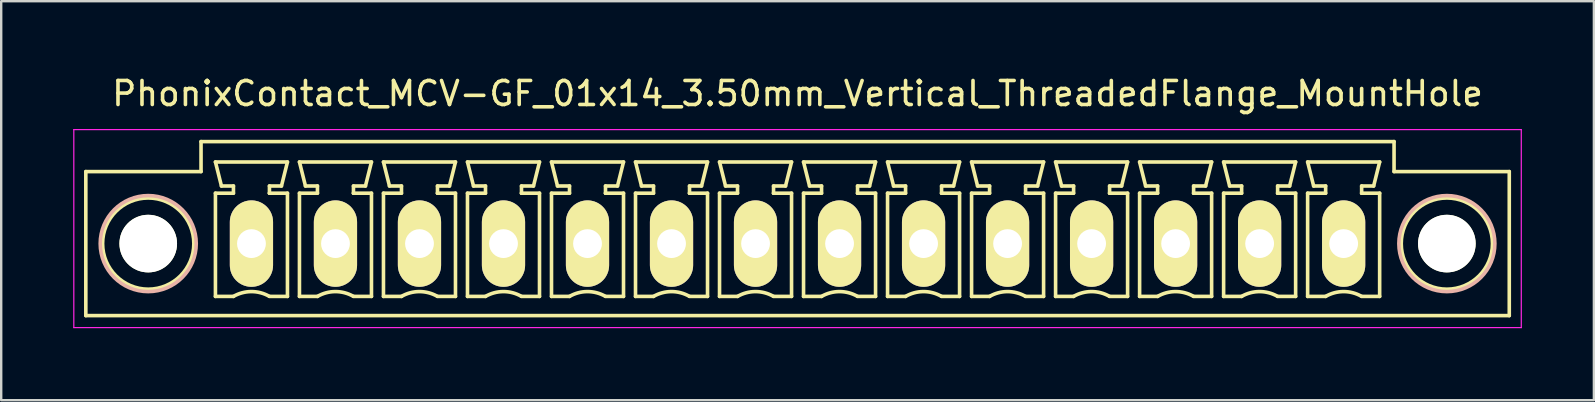
<source format=kicad_pcb>
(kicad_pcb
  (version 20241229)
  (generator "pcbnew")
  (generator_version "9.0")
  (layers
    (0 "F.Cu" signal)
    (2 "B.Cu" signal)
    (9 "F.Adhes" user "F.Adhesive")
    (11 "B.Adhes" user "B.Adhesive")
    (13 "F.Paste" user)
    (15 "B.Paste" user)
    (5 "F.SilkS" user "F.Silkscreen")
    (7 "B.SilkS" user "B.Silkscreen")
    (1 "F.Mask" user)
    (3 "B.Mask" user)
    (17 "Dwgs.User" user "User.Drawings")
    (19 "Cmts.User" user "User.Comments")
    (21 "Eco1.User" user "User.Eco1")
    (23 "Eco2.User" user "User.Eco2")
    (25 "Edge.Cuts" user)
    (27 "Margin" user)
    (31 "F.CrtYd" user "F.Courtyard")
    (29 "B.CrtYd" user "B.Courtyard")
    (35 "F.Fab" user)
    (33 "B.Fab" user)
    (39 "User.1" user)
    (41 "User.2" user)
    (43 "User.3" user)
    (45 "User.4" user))
  (footprint "PhonixContact_MCV-GF_01x14_3.50mm_Vertical_ThreadedFlange_MountHole"
    (layer "F.Cu")
    (at 7.425 7.098)
    (property "Reference" "PhonixContact_MCV-GF_01x14_3.50mm_Vertical_ThreadedFlange_MountHole" (at 22.75 -6.25 0) (layer "F.SilkS") (effects (font (size 1 1) (thickness 0.15))))
    (attr through_hole)
    (fp_line (start -6.9 -3) (end -6.9 3) (stroke (width 0.15) (type solid)) (layer "F.SilkS"))
    (fp_line (start -6.9 3) (end 52.4 3) (stroke (width 0.15) (type solid)) (layer "F.SilkS"))
    (fp_line (start -2.1 -4.25) (end -2.1 -3) (stroke (width 0.15) (type solid)) (layer "F.SilkS"))
    (fp_line (start -2.1 -3) (end -6.9 -3) (stroke (width 0.15) (type solid)) (layer "F.SilkS"))
    (fp_line (start -1.5 -3.4) (end 1.5 -3.4) (stroke (width 0.15) (type solid)) (layer "F.SilkS"))
    (fp_line (start -1.5 -2.1) (end -0.75 -2.1) (stroke (width 0.15) (type solid)) (layer "F.SilkS"))
    (fp_line (start -1.5 2.2) (end -1.5 -2.1) (stroke (width 0.15) (type solid)) (layer "F.SilkS"))
    (fp_line (start -1.25 -2.4) (end -1.5 -3.4) (stroke (width 0.15) (type solid)) (layer "F.SilkS"))
    (fp_line (start -0.75 -2.4) (end -1.25 -2.4) (stroke (width 0.15) (type solid)) (layer "F.SilkS"))
    (fp_line (start -0.75 -2.1) (end -0.75 -2.4) (stroke (width 0.15) (type solid)) (layer "F.SilkS"))
    (fp_line (start -0.75 2.2) (end -1.5 2.2) (stroke (width 0.15) (type solid)) (layer "F.SilkS"))
    (fp_line (start 0.75 -2.4) (end 0.75 -2.1) (stroke (width 0.15) (type solid)) (layer "F.SilkS"))
    (fp_line (start 0.75 -2.1) (end 0.75 -2.1) (stroke (width 0.15) (type solid)) (layer "F.SilkS"))
    (fp_line (start 0.75 -2.1) (end 1.5 -2.1) (stroke (width 0.15) (type solid)) (layer "F.SilkS"))
    (fp_line (start 1.25 -2.4) (end 0.75 -2.4) (stroke (width 0.15) (type solid)) (layer "F.SilkS"))
    (fp_line (start 1.5 -3.4) (end 1.25 -2.4) (stroke (width 0.15) (type solid)) (layer "F.SilkS"))
    (fp_line (start 1.5 -2.1) (end 1.5 2.2) (stroke (width 0.15) (type solid)) (layer "F.SilkS"))
    (fp_line (start 1.5 2.2) (end 0.75 2.2) (stroke (width 0.15) (type solid)) (layer "F.SilkS"))
    (fp_line (start 2 -3.4) (end 5 -3.4) (stroke (width 0.15) (type solid)) (layer "F.SilkS"))
    (fp_line (start 2 -2.1) (end 2.75 -2.1) (stroke (width 0.15) (type solid)) (layer "F.SilkS"))
    (fp_line (start 2 2.2) (end 2 -2.1) (stroke (width 0.15) (type solid)) (layer "F.SilkS"))
    (fp_line (start 2.25 -2.4) (end 2 -3.4) (stroke (width 0.15) (type solid)) (layer "F.SilkS"))
    (fp_line (start 2.75 -2.4) (end 2.25 -2.4) (stroke (width 0.15) (type solid)) (layer "F.SilkS"))
    (fp_line (start 2.75 -2.1) (end 2.75 -2.4) (stroke (width 0.15) (type solid)) (layer "F.SilkS"))
    (fp_line (start 2.75 2.2) (end 2 2.2) (stroke (width 0.15) (type solid)) (layer "F.SilkS"))
    (fp_line (start 4.25 -2.4) (end 4.25 -2.1) (stroke (width 0.15) (type solid)) (layer "F.SilkS"))
    (fp_line (start 4.25 -2.1) (end 4.25 -2.1) (stroke (width 0.15) (type solid)) (layer "F.SilkS"))
    (fp_line (start 4.25 -2.1) (end 5 -2.1) (stroke (width 0.15) (type solid)) (layer "F.SilkS"))
    (fp_line (start 4.75 -2.4) (end 4.25 -2.4) (stroke (width 0.15) (type solid)) (layer "F.SilkS"))
    (fp_line (start 5 -3.4) (end 4.75 -2.4) (stroke (width 0.15) (type solid)) (layer "F.SilkS"))
    (fp_line (start 5 -2.1) (end 5 2.2) (stroke (width 0.15) (type solid)) (layer "F.SilkS"))
    (fp_line (start 5 2.2) (end 4.25 2.2) (stroke (width 0.15) (type solid)) (layer "F.SilkS"))
    (fp_line (start 5.5 -3.4) (end 8.5 -3.4) (stroke (width 0.15) (type solid)) (layer "F.SilkS"))
    (fp_line (start 5.5 -2.1) (end 6.25 -2.1) (stroke (width 0.15) (type solid)) (layer "F.SilkS"))
    (fp_line (start 5.5 2.2) (end 5.5 -2.1) (stroke (width 0.15) (type solid)) (layer "F.SilkS"))
    (fp_line (start 5.75 -2.4) (end 5.5 -3.4) (stroke (width 0.15) (type solid)) (layer "F.SilkS"))
    (fp_line (start 6.25 -2.4) (end 5.75 -2.4) (stroke (width 0.15) (type solid)) (layer "F.SilkS"))
    (fp_line (start 6.25 -2.1) (end 6.25 -2.4) (stroke (width 0.15) (type solid)) (layer "F.SilkS"))
    (fp_line (start 6.25 2.2) (end 5.5 2.2) (stroke (width 0.15) (type solid)) (layer "F.SilkS"))
    (fp_line (start 7.75 -2.4) (end 7.75 -2.1) (stroke (width 0.15) (type solid)) (layer "F.SilkS"))
    (fp_line (start 7.75 -2.1) (end 7.75 -2.1) (stroke (width 0.15) (type solid)) (layer "F.SilkS"))
    (fp_line (start 7.75 -2.1) (end 8.5 -2.1) (stroke (width 0.15) (type solid)) (layer "F.SilkS"))
    (fp_line (start 8.25 -2.4) (end 7.75 -2.4) (stroke (width 0.15) (type solid)) (layer "F.SilkS"))
    (fp_line (start 8.5 -3.4) (end 8.25 -2.4) (stroke (width 0.15) (type solid)) (layer "F.SilkS"))
    (fp_line (start 8.5 -2.1) (end 8.5 2.2) (stroke (width 0.15) (type solid)) (layer "F.SilkS"))
    (fp_line (start 8.5 2.2) (end 7.75 2.2) (stroke (width 0.15) (type solid)) (layer "F.SilkS"))
    (fp_line (start 9 -3.4) (end 12 -3.4) (stroke (width 0.15) (type solid)) (layer "F.SilkS"))
    (fp_line (start 9 -2.1) (end 9.75 -2.1) (stroke (width 0.15) (type solid)) (layer "F.SilkS"))
    (fp_line (start 9 2.2) (end 9 -2.1) (stroke (width 0.15) (type solid)) (layer "F.SilkS"))
    (fp_line (start 9.25 -2.4) (end 9 -3.4) (stroke (width 0.15) (type solid)) (layer "F.SilkS"))
    (fp_line (start 9.75 -2.4) (end 9.25 -2.4) (stroke (width 0.15) (type solid)) (layer "F.SilkS"))
    (fp_line (start 9.75 -2.1) (end 9.75 -2.4) (stroke (width 0.15) (type solid)) (layer "F.SilkS"))
    (fp_line (start 9.75 2.2) (end 9 2.2) (stroke (width 0.15) (type solid)) (layer "F.SilkS"))
    (fp_line (start 11.25 -2.4) (end 11.25 -2.1) (stroke (width 0.15) (type solid)) (layer "F.SilkS"))
    (fp_line (start 11.25 -2.1) (end 11.25 -2.1) (stroke (width 0.15) (type solid)) (layer "F.SilkS"))
    (fp_line (start 11.25 -2.1) (end 12 -2.1) (stroke (width 0.15) (type solid)) (layer "F.SilkS"))
    (fp_line (start 11.75 -2.4) (end 11.25 -2.4) (stroke (width 0.15) (type solid)) (layer "F.SilkS"))
    (fp_line (start 12 -3.4) (end 11.75 -2.4) (stroke (width 0.15) (type solid)) (layer "F.SilkS"))
    (fp_line (start 12 -2.1) (end 12 2.2) (stroke (width 0.15) (type solid)) (layer "F.SilkS"))
    (fp_line (start 12 2.2) (end 11.25 2.2) (stroke (width 0.15) (type solid)) (layer "F.SilkS"))
    (fp_line (start 12.5 -3.4) (end 15.5 -3.4) (stroke (width 0.15) (type solid)) (layer "F.SilkS"))
    (fp_line (start 12.5 -2.1) (end 13.25 -2.1) (stroke (width 0.15) (type solid)) (layer "F.SilkS"))
    (fp_line (start 12.5 2.2) (end 12.5 -2.1) (stroke (width 0.15) (type solid)) (layer "F.SilkS"))
    (fp_line (start 12.75 -2.4) (end 12.5 -3.4) (stroke (width 0.15) (type solid)) (layer "F.SilkS"))
    (fp_line (start 13.25 -2.4) (end 12.75 -2.4) (stroke (width 0.15) (type solid)) (layer "F.SilkS"))
    (fp_line (start 13.25 -2.1) (end 13.25 -2.4) (stroke (width 0.15) (type solid)) (layer "F.SilkS"))
    (fp_line (start 13.25 2.2) (end 12.5 2.2) (stroke (width 0.15) (type solid)) (layer "F.SilkS"))
    (fp_line (start 14.75 -2.4) (end 14.75 -2.1) (stroke (width 0.15) (type solid)) (layer "F.SilkS"))
    (fp_line (start 14.75 -2.1) (end 14.75 -2.1) (stroke (width 0.15) (type solid)) (layer "F.SilkS"))
    (fp_line (start 14.75 -2.1) (end 15.5 -2.1) (stroke (width 0.15) (type solid)) (layer "F.SilkS"))
    (fp_line (start 15.25 -2.4) (end 14.75 -2.4) (stroke (width 0.15) (type solid)) (layer "F.SilkS"))
    (fp_line (start 15.5 -3.4) (end 15.25 -2.4) (stroke (width 0.15) (type solid)) (layer "F.SilkS"))
    (fp_line (start 15.5 -2.1) (end 15.5 2.2) (stroke (width 0.15) (type solid)) (layer "F.SilkS"))
    (fp_line (start 15.5 2.2) (end 14.75 2.2) (stroke (width 0.15) (type solid)) (layer "F.SilkS"))
    (fp_line (start 16 -3.4) (end 19 -3.4) (stroke (width 0.15) (type solid)) (layer "F.SilkS"))
    (fp_line (start 16 -2.1) (end 16.75 -2.1) (stroke (width 0.15) (type solid)) (layer "F.SilkS"))
    (fp_line (start 16 2.2) (end 16 -2.1) (stroke (width 0.15) (type solid)) (layer "F.SilkS"))
    (fp_line (start 16.25 -2.4) (end 16 -3.4) (stroke (width 0.15) (type solid)) (layer "F.SilkS"))
    (fp_line (start 16.75 -2.4) (end 16.25 -2.4) (stroke (width 0.15) (type solid)) (layer "F.SilkS"))
    (fp_line (start 16.75 -2.1) (end 16.75 -2.4) (stroke (width 0.15) (type solid)) (layer "F.SilkS"))
    (fp_line (start 16.75 2.2) (end 16 2.2) (stroke (width 0.15) (type solid)) (layer "F.SilkS"))
    (fp_line (start 18.25 -2.4) (end 18.25 -2.1) (stroke (width 0.15) (type solid)) (layer "F.SilkS"))
    (fp_line (start 18.25 -2.1) (end 18.25 -2.1) (stroke (width 0.15) (type solid)) (layer "F.SilkS"))
    (fp_line (start 18.25 -2.1) (end 19 -2.1) (stroke (width 0.15) (type solid)) (layer "F.SilkS"))
    (fp_line (start 18.75 -2.4) (end 18.25 -2.4) (stroke (width 0.15) (type solid)) (layer "F.SilkS"))
    (fp_line (start 19 -3.4) (end 18.75 -2.4) (stroke (width 0.15) (type solid)) (layer "F.SilkS"))
    (fp_line (start 19 -2.1) (end 19 2.2) (stroke (width 0.15) (type solid)) (layer "F.SilkS"))
    (fp_line (start 19 2.2) (end 18.25 2.2) (stroke (width 0.15) (type solid)) (layer "F.SilkS"))
    (fp_line (start 19.5 -3.4) (end 22.5 -3.4) (stroke (width 0.15) (type solid)) (layer "F.SilkS"))
    (fp_line (start 19.5 -2.1) (end 20.25 -2.1) (stroke (width 0.15) (type solid)) (layer "F.SilkS"))
    (fp_line (start 19.5 2.2) (end 19.5 -2.1) (stroke (width 0.15) (type solid)) (layer "F.SilkS"))
    (fp_line (start 19.75 -2.4) (end 19.5 -3.4) (stroke (width 0.15) (type solid)) (layer "F.SilkS"))
    (fp_line (start 20.25 -2.4) (end 19.75 -2.4) (stroke (width 0.15) (type solid)) (layer "F.SilkS"))
    (fp_line (start 20.25 -2.1) (end 20.25 -2.4) (stroke (width 0.15) (type solid)) (layer "F.SilkS"))
    (fp_line (start 20.25 2.2) (end 19.5 2.2) (stroke (width 0.15) (type solid)) (layer "F.SilkS"))
    (fp_line (start 21.75 -2.4) (end 21.75 -2.1) (stroke (width 0.15) (type solid)) (layer "F.SilkS"))
    (fp_line (start 21.75 -2.1) (end 21.75 -2.1) (stroke (width 0.15) (type solid)) (layer "F.SilkS"))
    (fp_line (start 21.75 -2.1) (end 22.5 -2.1) (stroke (width 0.15) (type solid)) (layer "F.SilkS"))
    (fp_line (start 22.25 -2.4) (end 21.75 -2.4) (stroke (width 0.15) (type solid)) (layer "F.SilkS"))
    (fp_line (start 22.5 -3.4) (end 22.25 -2.4) (stroke (width 0.15) (type solid)) (layer "F.SilkS"))
    (fp_line (start 22.5 -2.1) (end 22.5 2.2) (stroke (width 0.15) (type solid)) (layer "F.SilkS"))
    (fp_line (start 22.5 2.2) (end 21.75 2.2) (stroke (width 0.15) (type solid)) (layer "F.SilkS"))
    (fp_line (start 23 -3.4) (end 26 -3.4) (stroke (width 0.15) (type solid)) (layer "F.SilkS"))
    (fp_line (start 23 -2.1) (end 23.75 -2.1) (stroke (width 0.15) (type solid)) (layer "F.SilkS"))
    (fp_line (start 23 2.2) (end 23 -2.1) (stroke (width 0.15) (type solid)) (layer "F.SilkS"))
    (fp_line (start 23.25 -2.4) (end 23 -3.4) (stroke (width 0.15) (type solid)) (layer "F.SilkS"))
    (fp_line (start 23.75 -2.4) (end 23.25 -2.4) (stroke (width 0.15) (type solid)) (layer "F.SilkS"))
    (fp_line (start 23.75 -2.1) (end 23.75 -2.4) (stroke (width 0.15) (type solid)) (layer "F.SilkS"))
    (fp_line (start 23.75 2.2) (end 23 2.2) (stroke (width 0.15) (type solid)) (layer "F.SilkS"))
    (fp_line (start 25.25 -2.4) (end 25.25 -2.1) (stroke (width 0.15) (type solid)) (layer "F.SilkS"))
    (fp_line (start 25.25 -2.1) (end 25.25 -2.1) (stroke (width 0.15) (type solid)) (layer "F.SilkS"))
    (fp_line (start 25.25 -2.1) (end 26 -2.1) (stroke (width 0.15) (type solid)) (layer "F.SilkS"))
    (fp_line (start 25.75 -2.4) (end 25.25 -2.4) (stroke (width 0.15) (type solid)) (layer "F.SilkS"))
    (fp_line (start 26 -3.4) (end 25.75 -2.4) (stroke (width 0.15) (type solid)) (layer "F.SilkS"))
    (fp_line (start 26 -2.1) (end 26 2.2) (stroke (width 0.15) (type solid)) (layer "F.SilkS"))
    (fp_line (start 26 2.2) (end 25.25 2.2) (stroke (width 0.15) (type solid)) (layer "F.SilkS"))
    (fp_line (start 26.5 -3.4) (end 29.5 -3.4) (stroke (width 0.15) (type solid)) (layer "F.SilkS"))
    (fp_line (start 26.5 -2.1) (end 27.25 -2.1) (stroke (width 0.15) (type solid)) (layer "F.SilkS"))
    (fp_line (start 26.5 2.2) (end 26.5 -2.1) (stroke (width 0.15) (type solid)) (layer "F.SilkS"))
    (fp_line (start 26.75 -2.4) (end 26.5 -3.4) (stroke (width 0.15) (type solid)) (layer "F.SilkS"))
    (fp_line (start 27.25 -2.4) (end 26.75 -2.4) (stroke (width 0.15) (type solid)) (layer "F.SilkS"))
    (fp_line (start 27.25 -2.1) (end 27.25 -2.4) (stroke (width 0.15) (type solid)) (layer "F.SilkS"))
    (fp_line (start 27.25 2.2) (end 26.5 2.2) (stroke (width 0.15) (type solid)) (layer "F.SilkS"))
    (fp_line (start 28.75 -2.4) (end 28.75 -2.1) (stroke (width 0.15) (type solid)) (layer "F.SilkS"))
    (fp_line (start 28.75 -2.1) (end 28.75 -2.1) (stroke (width 0.15) (type solid)) (layer "F.SilkS"))
    (fp_line (start 28.75 -2.1) (end 29.5 -2.1) (stroke (width 0.15) (type solid)) (layer "F.SilkS"))
    (fp_line (start 29.25 -2.4) (end 28.75 -2.4) (stroke (width 0.15) (type solid)) (layer "F.SilkS"))
    (fp_line (start 29.5 -3.4) (end 29.25 -2.4) (stroke (width 0.15) (type solid)) (layer "F.SilkS"))
    (fp_line (start 29.5 -2.1) (end 29.5 2.2) (stroke (width 0.15) (type solid)) (layer "F.SilkS"))
    (fp_line (start 29.5 2.2) (end 28.75 2.2) (stroke (width 0.15) (type solid)) (layer "F.SilkS"))
    (fp_line (start 30 -3.4) (end 33 -3.4) (stroke (width 0.15) (type solid)) (layer "F.SilkS"))
    (fp_line (start 30 -2.1) (end 30.75 -2.1) (stroke (width 0.15) (type solid)) (layer "F.SilkS"))
    (fp_line (start 30 2.2) (end 30 -2.1) (stroke (width 0.15) (type solid)) (layer "F.SilkS"))
    (fp_line (start 30.25 -2.4) (end 30 -3.4) (stroke (width 0.15) (type solid)) (layer "F.SilkS"))
    (fp_line (start 30.75 -2.4) (end 30.25 -2.4) (stroke (width 0.15) (type solid)) (layer "F.SilkS"))
    (fp_line (start 30.75 -2.1) (end 30.75 -2.4) (stroke (width 0.15) (type solid)) (layer "F.SilkS"))
    (fp_line (start 30.75 2.2) (end 30 2.2) (stroke (width 0.15) (type solid)) (layer "F.SilkS"))
    (fp_line (start 32.25 -2.4) (end 32.25 -2.1) (stroke (width 0.15) (type solid)) (layer "F.SilkS"))
    (fp_line (start 32.25 -2.1) (end 32.25 -2.1) (stroke (width 0.15) (type solid)) (layer "F.SilkS"))
    (fp_line (start 32.25 -2.1) (end 33 -2.1) (stroke (width 0.15) (type solid)) (layer "F.SilkS"))
    (fp_line (start 32.75 -2.4) (end 32.25 -2.4) (stroke (width 0.15) (type solid)) (layer "F.SilkS"))
    (fp_line (start 33 -3.4) (end 32.75 -2.4) (stroke (width 0.15) (type solid)) (layer "F.SilkS"))
    (fp_line (start 33 -2.1) (end 33 2.2) (stroke (width 0.15) (type solid)) (layer "F.SilkS"))
    (fp_line (start 33 2.2) (end 32.25 2.2) (stroke (width 0.15) (type solid)) (layer "F.SilkS"))
    (fp_line (start 33.5 -3.4) (end 36.5 -3.4) (stroke (width 0.15) (type solid)) (layer "F.SilkS"))
    (fp_line (start 33.5 -2.1) (end 34.25 -2.1) (stroke (width 0.15) (type solid)) (layer "F.SilkS"))
    (fp_line (start 33.5 2.2) (end 33.5 -2.1) (stroke (width 0.15) (type solid)) (layer "F.SilkS"))
    (fp_line (start 33.75 -2.4) (end 33.5 -3.4) (stroke (width 0.15) (type solid)) (layer "F.SilkS"))
    (fp_line (start 34.25 -2.4) (end 33.75 -2.4) (stroke (width 0.15) (type solid)) (layer "F.SilkS"))
    (fp_line (start 34.25 -2.1) (end 34.25 -2.4) (stroke (width 0.15) (type solid)) (layer "F.SilkS"))
    (fp_line (start 34.25 2.2) (end 33.5 2.2) (stroke (width 0.15) (type solid)) (layer "F.SilkS"))
    (fp_line (start 35.75 -2.4) (end 35.75 -2.1) (stroke (width 0.15) (type solid)) (layer "F.SilkS"))
    (fp_line (start 35.75 -2.1) (end 35.75 -2.1) (stroke (width 0.15) (type solid)) (layer "F.SilkS"))
    (fp_line (start 35.75 -2.1) (end 36.5 -2.1) (stroke (width 0.15) (type solid)) (layer "F.SilkS"))
    (fp_line (start 36.25 -2.4) (end 35.75 -2.4) (stroke (width 0.15) (type solid)) (layer "F.SilkS"))
    (fp_line (start 36.5 -3.4) (end 36.25 -2.4) (stroke (width 0.15) (type solid)) (layer "F.SilkS"))
    (fp_line (start 36.5 -2.1) (end 36.5 2.2) (stroke (width 0.15) (type solid)) (layer "F.SilkS"))
    (fp_line (start 36.5 2.2) (end 35.75 2.2) (stroke (width 0.15) (type solid)) (layer "F.SilkS"))
    (fp_line (start 37 -3.4) (end 40 -3.4) (stroke (width 0.15) (type solid)) (layer "F.SilkS"))
    (fp_line (start 37 -2.1) (end 37.75 -2.1) (stroke (width 0.15) (type solid)) (layer "F.SilkS"))
    (fp_line (start 37 2.2) (end 37 -2.1) (stroke (width 0.15) (type solid)) (layer "F.SilkS"))
    (fp_line (start 37.25 -2.4) (end 37 -3.4) (stroke (width 0.15) (type solid)) (layer "F.SilkS"))
    (fp_line (start 37.75 -2.4) (end 37.25 -2.4) (stroke (width 0.15) (type solid)) (layer "F.SilkS"))
    (fp_line (start 37.75 -2.1) (end 37.75 -2.4) (stroke (width 0.15) (type solid)) (layer "F.SilkS"))
    (fp_line (start 37.75 2.2) (end 37 2.2) (stroke (width 0.15) (type solid)) (layer "F.SilkS"))
    (fp_line (start 39.25 -2.4) (end 39.25 -2.1) (stroke (width 0.15) (type solid)) (layer "F.SilkS"))
    (fp_line (start 39.25 -2.1) (end 39.25 -2.1) (stroke (width 0.15) (type solid)) (layer "F.SilkS"))
    (fp_line (start 39.25 -2.1) (end 40 -2.1) (stroke (width 0.15) (type solid)) (layer "F.SilkS"))
    (fp_line (start 39.75 -2.4) (end 39.25 -2.4) (stroke (width 0.15) (type solid)) (layer "F.SilkS"))
    (fp_line (start 40 -3.4) (end 39.75 -2.4) (stroke (width 0.15) (type solid)) (layer "F.SilkS"))
    (fp_line (start 40 -2.1) (end 40 2.2) (stroke (width 0.15) (type solid)) (layer "F.SilkS"))
    (fp_line (start 40 2.2) (end 39.25 2.2) (stroke (width 0.15) (type solid)) (layer "F.SilkS"))
    (fp_line (start 40.5 -3.4) (end 43.5 -3.4) (stroke (width 0.15) (type solid)) (layer "F.SilkS"))
    (fp_line (start 40.5 -2.1) (end 41.25 -2.1) (stroke (width 0.15) (type solid)) (layer "F.SilkS"))
    (fp_line (start 40.5 2.2) (end 40.5 -2.1) (stroke (width 0.15) (type solid)) (layer "F.SilkS"))
    (fp_line (start 40.75 -2.4) (end 40.5 -3.4) (stroke (width 0.15) (type solid)) (layer "F.SilkS"))
    (fp_line (start 41.25 -2.4) (end 40.75 -2.4) (stroke (width 0.15) (type solid)) (layer "F.SilkS"))
    (fp_line (start 41.25 -2.1) (end 41.25 -2.4) (stroke (width 0.15) (type solid)) (layer "F.SilkS"))
    (fp_line (start 41.25 2.2) (end 40.5 2.2) (stroke (width 0.15) (type solid)) (layer "F.SilkS"))
    (fp_line (start 42.75 -2.4) (end 42.75 -2.1) (stroke (width 0.15) (type solid)) (layer "F.SilkS"))
    (fp_line (start 42.75 -2.1) (end 42.75 -2.1) (stroke (width 0.15) (type solid)) (layer "F.SilkS"))
    (fp_line (start 42.75 -2.1) (end 43.5 -2.1) (stroke (width 0.15) (type solid)) (layer "F.SilkS"))
    (fp_line (start 43.25 -2.4) (end 42.75 -2.4) (stroke (width 0.15) (type solid)) (layer "F.SilkS"))
    (fp_line (start 43.5 -3.4) (end 43.25 -2.4) (stroke (width 0.15) (type solid)) (layer "F.SilkS"))
    (fp_line (start 43.5 -2.1) (end 43.5 2.2) (stroke (width 0.15) (type solid)) (layer "F.SilkS"))
    (fp_line (start 43.5 2.2) (end 42.75 2.2) (stroke (width 0.15) (type solid)) (layer "F.SilkS"))
    (fp_line (start 44 -3.4) (end 47 -3.4) (stroke (width 0.15) (type solid)) (layer "F.SilkS"))
    (fp_line (start 44 -2.1) (end 44.75 -2.1) (stroke (width 0.15) (type solid)) (layer "F.SilkS"))
    (fp_line (start 44 2.2) (end 44 -2.1) (stroke (width 0.15) (type solid)) (layer "F.SilkS"))
    (fp_line (start 44.25 -2.4) (end 44 -3.4) (stroke (width 0.15) (type solid)) (layer "F.SilkS"))
    (fp_line (start 44.75 -2.4) (end 44.25 -2.4) (stroke (width 0.15) (type solid)) (layer "F.SilkS"))
    (fp_line (start 44.75 -2.1) (end 44.75 -2.4) (stroke (width 0.15) (type solid)) (layer "F.SilkS"))
    (fp_line (start 44.75 2.2) (end 44 2.2) (stroke (width 0.15) (type solid)) (layer "F.SilkS"))
    (fp_line (start 46.25 -2.4) (end 46.25 -2.1) (stroke (width 0.15) (type solid)) (layer "F.SilkS"))
    (fp_line (start 46.25 -2.1) (end 46.25 -2.1) (stroke (width 0.15) (type solid)) (layer "F.SilkS"))
    (fp_line (start 46.25 -2.1) (end 47 -2.1) (stroke (width 0.15) (type solid)) (layer "F.SilkS"))
    (fp_line (start 46.75 -2.4) (end 46.25 -2.4) (stroke (width 0.15) (type solid)) (layer "F.SilkS"))
    (fp_line (start 47 -3.4) (end 46.75 -2.4) (stroke (width 0.15) (type solid)) (layer "F.SilkS"))
    (fp_line (start 47 -2.1) (end 47 2.2) (stroke (width 0.15) (type solid)) (layer "F.SilkS"))
    (fp_line (start 47 2.2) (end 46.25 2.2) (stroke (width 0.15) (type solid)) (layer "F.SilkS"))
    (fp_line (start 47.6 -4.25) (end -2.1 -4.25) (stroke (width 0.15) (type solid)) (layer "F.SilkS"))
    (fp_line (start 47.6 -3) (end 47.6 -4.25) (stroke (width 0.15) (type solid)) (layer "F.SilkS"))
    (fp_line (start 52.4 -3) (end 47.6 -3) (stroke (width 0.15) (type solid)) (layer "F.SilkS"))
    (fp_line (start 52.4 3) (end 52.4 -3) (stroke (width 0.15) (type solid)) (layer "F.SilkS"))
    (fp_arc (start -0.75 2.2) (mid -0.006068 1.999179) (end 0.739464 2.193978) (stroke (width 0.15) (type solid)) (layer "F.SilkS"))
    (fp_arc (start 2.75 2.2) (mid 3.493932 1.999179) (end 4.239464 2.193978) (stroke (width 0.15) (type solid)) (layer "F.SilkS"))
    (fp_arc (start 6.25 2.2) (mid 6.993932 1.999179) (end 7.739464 2.193978) (stroke (width 0.15) (type solid)) (layer "F.SilkS"))
    (fp_arc (start 9.75 2.2) (mid 10.493932 1.999179) (end 11.239464 2.193978) (stroke (width 0.15) (type solid)) (layer "F.SilkS"))
    (fp_arc (start 13.25 2.2) (mid 13.993932 1.999179) (end 14.739464 2.193978) (stroke (width 0.15) (type solid)) (layer "F.SilkS"))
    (fp_arc (start 16.75 2.2) (mid 17.493932 1.999179) (end 18.239464 2.193978) (stroke (width 0.15) (type solid)) (layer "F.SilkS"))
    (fp_arc (start 20.25 2.2) (mid 20.993932 1.999179) (end 21.739464 2.193978) (stroke (width 0.15) (type solid)) (layer "F.SilkS"))
    (fp_arc (start 23.75 2.2) (mid 24.493932 1.999179) (end 25.239464 2.193978) (stroke (width 0.15) (type solid)) (layer "F.SilkS"))
    (fp_arc (start 27.25 2.2) (mid 27.993932 1.999179) (end 28.739464 2.193978) (stroke (width 0.15) (type solid)) (layer "F.SilkS"))
    (fp_arc (start 30.75 2.2) (mid 31.493932 1.999179) (end 32.239464 2.193978) (stroke (width 0.15) (type solid)) (layer "F.SilkS"))
    (fp_arc (start 34.25 2.2) (mid 34.993932 1.999179) (end 35.739464 2.193978) (stroke (width 0.15) (type solid)) (layer "F.SilkS"))
    (fp_arc (start 37.75 2.2) (mid 38.493932 1.999179) (end 39.239464 2.193978) (stroke (width 0.15) (type solid)) (layer "F.SilkS"))
    (fp_arc (start 41.25 2.2) (mid 41.993932 1.999179) (end 42.739464 2.193978) (stroke (width 0.15) (type solid)) (layer "F.SilkS"))
    (fp_arc (start 44.75 2.2) (mid 45.493932 1.999179) (end 46.239464 2.193978) (stroke (width 0.15) (type solid)) (layer "F.SilkS"))
    (fp_circle (center -4.3 0) (end -2.4 0) (stroke (width 0.15) (type solid)) (fill no) (layer "F.SilkS"))
    (fp_circle (center 49.8 0) (end 51.7 0) (stroke (width 0.15) (type solid)) (fill no) (layer "F.SilkS"))
    (fp_circle (center -4.3 0) (end -2.3 0) (stroke (width 0.15) (type solid)) (fill no) (layer "B.SilkS"))
    (fp_circle (center 49.8 0) (end 51.8 0) (stroke (width 0.15) (type solid)) (fill no) (layer "B.SilkS"))
    (fp_line (start -7.4 -4.75) (end -7.4 3.5) (stroke (width 0.05) (type solid)) (layer "F.CrtYd"))
    (fp_line (start -7.4 3.5) (end 52.9 3.5) (stroke (width 0.05) (type solid)) (layer "F.CrtYd"))
    (fp_line (start 52.9 -4.75) (end -7.4 -4.75) (stroke (width 0.05) (type solid)) (layer "F.CrtYd"))
    (fp_line (start 52.9 3.5) (end 52.9 -4.75) (stroke (width 0.05) (type solid)) (layer "F.CrtYd"))
    (pad "" np_thru_hole circle (at -4.3 0) (size 2.4 2.4) (drill 2.4) (layers "*.Cu" "*.Mask" "F.SilkS"))
    (pad "" np_thru_hole circle (at 49.8 0) (size 2.4 2.4) (drill 2.4) (layers "*.Cu" "*.Mask" "F.SilkS"))
    (pad "1" thru_hole oval (at 0 0) (size 1.8 3.6) (drill 1.2) (layers "*.Cu" "*.Mask" "F.SilkS"))
    (pad "2" thru_hole oval (at 3.5 0) (size 1.8 3.6) (drill 1.2) (layers "*.Cu" "*.Mask" "F.SilkS"))
    (pad "3" thru_hole oval (at 7 0) (size 1.8 3.6) (drill 1.2) (layers "*.Cu" "*.Mask" "F.SilkS"))
    (pad "4" thru_hole oval (at 10.5 0) (size 1.8 3.6) (drill 1.2) (layers "*.Cu" "*.Mask" "F.SilkS"))
    (pad "5" thru_hole oval (at 14 0) (size 1.8 3.6) (drill 1.2) (layers "*.Cu" "*.Mask" "F.SilkS"))
    (pad "6" thru_hole oval (at 17.5 0) (size 1.8 3.6) (drill 1.2) (layers "*.Cu" "*.Mask" "F.SilkS"))
    (pad "7" thru_hole oval (at 21 0) (size 1.8 3.6) (drill 1.2) (layers "*.Cu" "*.Mask" "F.SilkS"))
    (pad "8" thru_hole oval (at 24.5 0) (size 1.8 3.6) (drill 1.2) (layers "*.Cu" "*.Mask" "F.SilkS"))
    (pad "9" thru_hole oval (at 28 0) (size 1.8 3.6) (drill 1.2) (layers "*.Cu" "*.Mask" "F.SilkS"))
    (pad "10" thru_hole oval (at 31.5 0) (size 1.8 3.6) (drill 1.2) (layers "*.Cu" "*.Mask" "F.SilkS"))
    (pad "11" thru_hole oval (at 35 0) (size 1.8 3.6) (drill 1.2) (layers "*.Cu" "*.Mask" "F.SilkS"))
    (pad "12" thru_hole oval (at 38.5 0) (size 1.8 3.6) (drill 1.2) (layers "*.Cu" "*.Mask" "F.SilkS"))
    (pad "13" thru_hole oval (at 42 0) (size 1.8 3.6) (drill 1.2) (layers "*.Cu" "*.Mask" "F.SilkS"))
    (pad "14" thru_hole oval (at 45.5 0) (size 1.8 3.6) (drill 1.2) (layers "*.Cu" "*.Mask" "F.SilkS")))
  (gr_rect
    (start -3 -3)
    (end 63.35 13.623)
    (stroke (width 0.1) (type default))
    (fill no)
    (layer "Edge.Cuts")))
</source>
